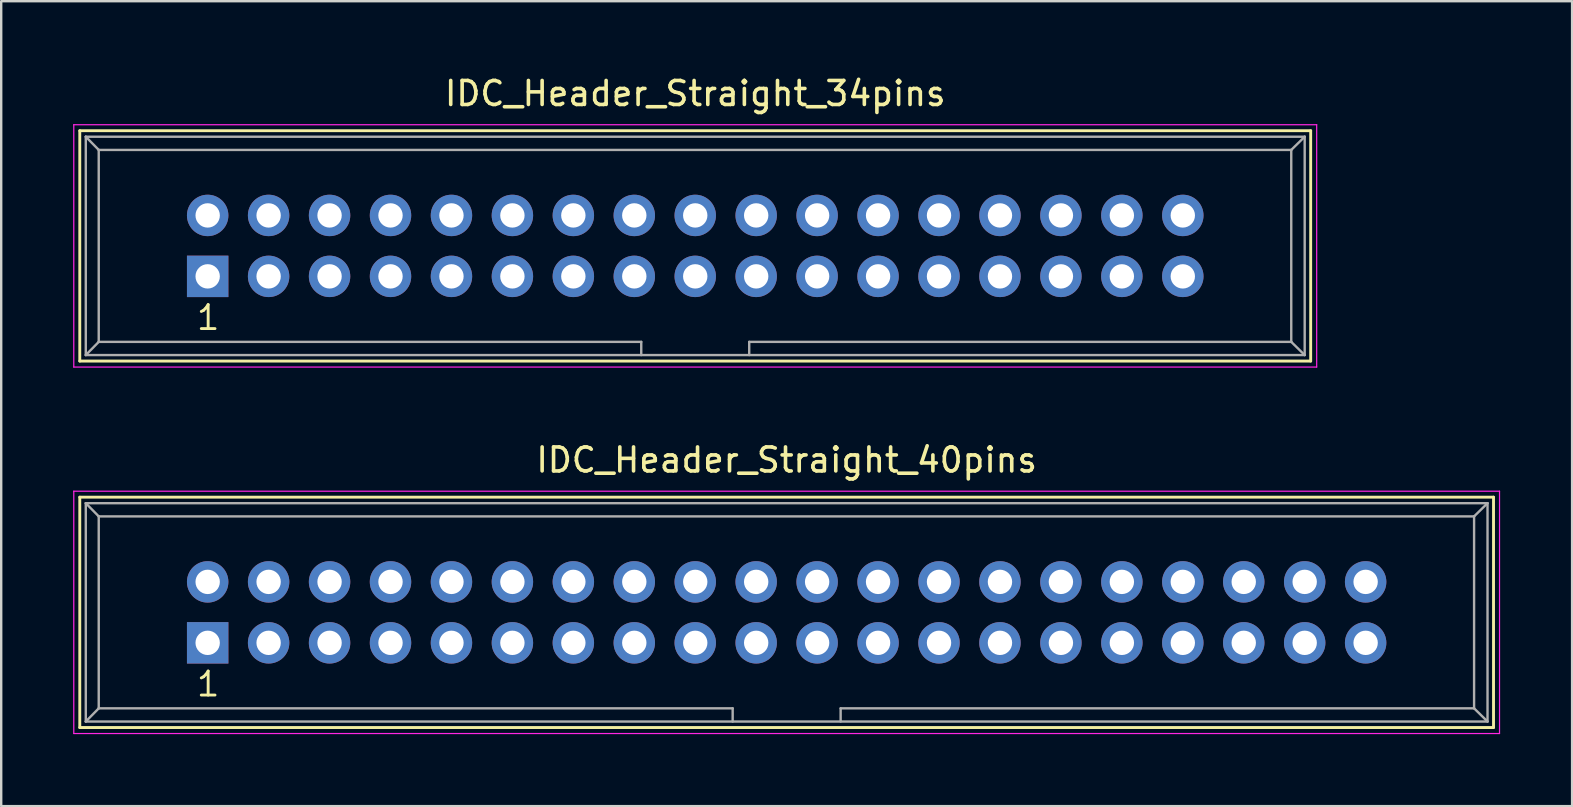
<source format=kicad_pcb>
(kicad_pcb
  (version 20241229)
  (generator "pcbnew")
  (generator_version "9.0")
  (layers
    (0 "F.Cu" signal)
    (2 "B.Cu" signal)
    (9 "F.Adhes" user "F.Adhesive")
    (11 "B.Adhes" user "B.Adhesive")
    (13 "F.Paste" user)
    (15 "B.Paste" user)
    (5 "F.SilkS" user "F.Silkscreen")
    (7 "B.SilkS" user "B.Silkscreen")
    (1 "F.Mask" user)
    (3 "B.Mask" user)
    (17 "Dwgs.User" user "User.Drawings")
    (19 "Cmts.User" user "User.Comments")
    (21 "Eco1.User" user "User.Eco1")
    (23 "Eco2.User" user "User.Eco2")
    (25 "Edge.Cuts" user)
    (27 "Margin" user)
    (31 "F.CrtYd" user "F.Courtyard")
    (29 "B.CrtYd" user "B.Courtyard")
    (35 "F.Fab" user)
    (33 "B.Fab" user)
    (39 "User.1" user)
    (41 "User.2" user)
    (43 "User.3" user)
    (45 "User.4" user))
  (footprint "IDC_Header_Straight_34pins"
    (layer "F.Cu")
    (at 5.605 8.468)
    (property "Reference" "IDC_Header_Straight_34pins" (at 20.32 -7.62 0) (layer "F.SilkS") (effects (font (size 1 1) (thickness 0.15))))
    (attr through_hole)
    (fp_line (start -5.33 -6.07) (end 45.97 -6.07) (stroke (width 0.12) (type solid)) (layer "F.SilkS"))
    (fp_line (start -5.33 3.53) (end -5.33 -6.07) (stroke (width 0.12) (type solid)) (layer "F.SilkS"))
    (fp_line (start 45.97 -6.07) (end 45.97 3.53) (stroke (width 0.12) (type solid)) (layer "F.SilkS"))
    (fp_line (start 45.97 3.53) (end -5.33 3.53) (stroke (width 0.12) (type solid)) (layer "F.SilkS"))
    (fp_line (start -5.58 -6.32) (end 46.22 -6.32) (stroke (width 0.05) (type solid)) (layer "F.CrtYd"))
    (fp_line (start -5.58 3.78) (end -5.58 -6.32) (stroke (width 0.05) (type solid)) (layer "F.CrtYd"))
    (fp_line (start 46.22 -6.32) (end 46.22 3.78) (stroke (width 0.05) (type solid)) (layer "F.CrtYd"))
    (fp_line (start 46.22 3.78) (end -5.58 3.78) (stroke (width 0.05) (type solid)) (layer "F.CrtYd"))
    (fp_line (start -5.08 -5.82) (end -5.08 3.28) (stroke (width 0.1) (type solid)) (layer "F.Fab"))
    (fp_line (start -5.08 -5.82) (end -4.54 -5.27) (stroke (width 0.1) (type solid)) (layer "F.Fab"))
    (fp_line (start -5.08 -5.82) (end 45.72 -5.82) (stroke (width 0.1) (type solid)) (layer "F.Fab"))
    (fp_line (start -5.08 3.28) (end -4.54 2.73) (stroke (width 0.1) (type solid)) (layer "F.Fab"))
    (fp_line (start -5.08 3.28) (end 45.72 3.28) (stroke (width 0.1) (type solid)) (layer "F.Fab"))
    (fp_line (start -4.54 -5.27) (end -4.54 2.73) (stroke (width 0.1) (type solid)) (layer "F.Fab"))
    (fp_line (start -4.54 -5.27) (end 45.16 -5.27) (stroke (width 0.1) (type solid)) (layer "F.Fab"))
    (fp_line (start -4.54 2.73) (end 18.07 2.73) (stroke (width 0.1) (type solid)) (layer "F.Fab"))
    (fp_line (start 18.07 2.73) (end 18.07 3.28) (stroke (width 0.1) (type solid)) (layer "F.Fab"))
    (fp_line (start 22.57 2.73) (end 22.57 3.28) (stroke (width 0.1) (type solid)) (layer "F.Fab"))
    (fp_line (start 22.57 2.73) (end 45.16 2.73) (stroke (width 0.1) (type solid)) (layer "F.Fab"))
    (fp_line (start 45.16 -5.27) (end 45.16 2.73) (stroke (width 0.1) (type solid)) (layer "F.Fab"))
    (fp_line (start 45.72 -5.82) (end 45.16 -5.27) (stroke (width 0.1) (type solid)) (layer "F.Fab"))
    (fp_line (start 45.72 -5.82) (end 45.72 3.28) (stroke (width 0.1) (type solid)) (layer "F.Fab"))
    (fp_line (start 45.72 3.28) (end 45.16 2.73) (stroke (width 0.1) (type solid)) (layer "F.Fab"))
    (fp_text user "1" (at 0.02 1.72 0) (layer "F.SilkS") (effects (font (size 1 1) (thickness 0.12))))
    (pad "1" thru_hole rect (at 0 0) (size 1.727 1.727) (drill 1.016) (layers "*.Cu" "*.Mask"))
    (pad "2" thru_hole oval (at 0 -2.54) (size 1.727 1.727) (drill 1.016) (layers "*.Cu" "*.Mask"))
    (pad "3" thru_hole oval (at 2.54 0) (size 1.727 1.727) (drill 1.016) (layers "*.Cu" "*.Mask"))
    (pad "4" thru_hole oval (at 2.54 -2.54) (size 1.727 1.727) (drill 1.016) (layers "*.Cu" "*.Mask"))
    (pad "5" thru_hole oval (at 5.08 0) (size 1.727 1.727) (drill 1.016) (layers "*.Cu" "*.Mask"))
    (pad "6" thru_hole oval (at 5.08 -2.54) (size 1.727 1.727) (drill 1.016) (layers "*.Cu" "*.Mask"))
    (pad "7" thru_hole oval (at 7.62 0) (size 1.727 1.727) (drill 1.016) (layers "*.Cu" "*.Mask"))
    (pad "8" thru_hole oval (at 7.62 -2.54) (size 1.727 1.727) (drill 1.016) (layers "*.Cu" "*.Mask"))
    (pad "9" thru_hole oval (at 10.16 0) (size 1.727 1.727) (drill 1.016) (layers "*.Cu" "*.Mask"))
    (pad "10" thru_hole oval (at 10.16 -2.54) (size 1.727 1.727) (drill 1.016) (layers "*.Cu" "*.Mask"))
    (pad "11" thru_hole oval (at 12.7 0) (size 1.727 1.727) (drill 1.016) (layers "*.Cu" "*.Mask"))
    (pad "12" thru_hole oval (at 12.7 -2.54) (size 1.727 1.727) (drill 1.016) (layers "*.Cu" "*.Mask"))
    (pad "13" thru_hole oval (at 15.24 0) (size 1.727 1.727) (drill 1.016) (layers "*.Cu" "*.Mask"))
    (pad "14" thru_hole oval (at 15.24 -2.54) (size 1.727 1.727) (drill 1.016) (layers "*.Cu" "*.Mask"))
    (pad "15" thru_hole oval (at 17.78 0) (size 1.727 1.727) (drill 1.016) (layers "*.Cu" "*.Mask"))
    (pad "16" thru_hole oval (at 17.78 -2.54) (size 1.727 1.727) (drill 1.016) (layers "*.Cu" "*.Mask"))
    (pad "17" thru_hole oval (at 20.32 0) (size 1.727 1.727) (drill 1.016) (layers "*.Cu" "*.Mask"))
    (pad "18" thru_hole oval (at 20.32 -2.54) (size 1.727 1.727) (drill 1.016) (layers "*.Cu" "*.Mask"))
    (pad "19" thru_hole oval (at 22.86 0) (size 1.727 1.727) (drill 1.016) (layers "*.Cu" "*.Mask"))
    (pad "20" thru_hole oval (at 22.86 -2.54) (size 1.727 1.727) (drill 1.016) (layers "*.Cu" "*.Mask"))
    (pad "21" thru_hole oval (at 25.4 0) (size 1.727 1.727) (drill 1.016) (layers "*.Cu" "*.Mask"))
    (pad "22" thru_hole oval (at 25.4 -2.54) (size 1.727 1.727) (drill 1.016) (layers "*.Cu" "*.Mask"))
    (pad "23" thru_hole oval (at 27.94 0) (size 1.727 1.727) (drill 1.016) (layers "*.Cu" "*.Mask"))
    (pad "24" thru_hole oval (at 27.94 -2.54) (size 1.727 1.727) (drill 1.016) (layers "*.Cu" "*.Mask"))
    (pad "25" thru_hole oval (at 30.48 0) (size 1.727 1.727) (drill 1.016) (layers "*.Cu" "*.Mask"))
    (pad "26" thru_hole oval (at 30.48 -2.54) (size 1.727 1.727) (drill 1.016) (layers "*.Cu" "*.Mask"))
    (pad "27" thru_hole oval (at 33.02 0) (size 1.727 1.727) (drill 1.016) (layers "*.Cu" "*.Mask"))
    (pad "28" thru_hole oval (at 33.02 -2.54) (size 1.727 1.727) (drill 1.016) (layers "*.Cu" "*.Mask"))
    (pad "29" thru_hole oval (at 35.56 0) (size 1.727 1.727) (drill 1.016) (layers "*.Cu" "*.Mask"))
    (pad "30" thru_hole oval (at 35.56 -2.54) (size 1.727 1.727) (drill 1.016) (layers "*.Cu" "*.Mask"))
    (pad "31" thru_hole oval (at 38.1 0) (size 1.727 1.727) (drill 1.016) (layers "*.Cu" "*.Mask"))
    (pad "32" thru_hole oval (at 38.1 -2.54) (size 1.727 1.727) (drill 1.016) (layers "*.Cu" "*.Mask"))
    (pad "33" thru_hole oval (at 40.64 0) (size 1.727 1.727) (drill 1.016) (layers "*.Cu" "*.Mask"))
    (pad "34" thru_hole oval (at 40.64 -2.54) (size 1.727 1.727) (drill 1.016) (layers "*.Cu" "*.Mask")))
  (footprint "IDC_Header_Straight_40pins"
    (layer "F.Cu")
    (at 5.605 23.741)
    (property "Reference" "IDC_Header_Straight_40pins" (at 24.13 -7.62 0) (layer "F.SilkS") (effects (font (size 1 1) (thickness 0.15))))
    (attr through_hole)
    (fp_line (start -5.33 -6.07) (end 53.59 -6.07) (stroke (width 0.12) (type solid)) (layer "F.SilkS"))
    (fp_line (start -5.33 3.53) (end -5.33 -6.07) (stroke (width 0.12) (type solid)) (layer "F.SilkS"))
    (fp_line (start 53.59 -6.07) (end 53.59 3.53) (stroke (width 0.12) (type solid)) (layer "F.SilkS"))
    (fp_line (start 53.59 3.53) (end -5.33 3.53) (stroke (width 0.12) (type solid)) (layer "F.SilkS"))
    (fp_line (start -5.58 -6.32) (end 53.84 -6.32) (stroke (width 0.05) (type solid)) (layer "F.CrtYd"))
    (fp_line (start -5.58 3.78) (end -5.58 -6.32) (stroke (width 0.05) (type solid)) (layer "F.CrtYd"))
    (fp_line (start 53.84 -6.32) (end 53.84 3.78) (stroke (width 0.05) (type solid)) (layer "F.CrtYd"))
    (fp_line (start 53.84 3.78) (end -5.58 3.78) (stroke (width 0.05) (type solid)) (layer "F.CrtYd"))
    (fp_line (start -5.08 -5.82) (end -5.08 3.28) (stroke (width 0.1) (type solid)) (layer "F.Fab"))
    (fp_line (start -5.08 -5.82) (end -4.54 -5.27) (stroke (width 0.1) (type solid)) (layer "F.Fab"))
    (fp_line (start -5.08 -5.82) (end 53.34 -5.82) (stroke (width 0.1) (type solid)) (layer "F.Fab"))
    (fp_line (start -5.08 3.28) (end -4.54 2.73) (stroke (width 0.1) (type solid)) (layer "F.Fab"))
    (fp_line (start -5.08 3.28) (end 53.34 3.28) (stroke (width 0.1) (type solid)) (layer "F.Fab"))
    (fp_line (start -4.54 -5.27) (end -4.54 2.73) (stroke (width 0.1) (type solid)) (layer "F.Fab"))
    (fp_line (start -4.54 -5.27) (end 52.78 -5.27) (stroke (width 0.1) (type solid)) (layer "F.Fab"))
    (fp_line (start -4.54 2.73) (end 21.88 2.73) (stroke (width 0.1) (type solid)) (layer "F.Fab"))
    (fp_line (start 21.88 2.73) (end 21.88 3.28) (stroke (width 0.1) (type solid)) (layer "F.Fab"))
    (fp_line (start 26.38 2.73) (end 26.38 3.28) (stroke (width 0.1) (type solid)) (layer "F.Fab"))
    (fp_line (start 26.38 2.73) (end 52.78 2.73) (stroke (width 0.1) (type solid)) (layer "F.Fab"))
    (fp_line (start 52.78 -5.27) (end 52.78 2.73) (stroke (width 0.1) (type solid)) (layer "F.Fab"))
    (fp_line (start 53.34 -5.82) (end 52.78 -5.27) (stroke (width 0.1) (type solid)) (layer "F.Fab"))
    (fp_line (start 53.34 -5.82) (end 53.34 3.28) (stroke (width 0.1) (type solid)) (layer "F.Fab"))
    (fp_line (start 53.34 3.28) (end 52.78 2.73) (stroke (width 0.1) (type solid)) (layer "F.Fab"))
    (fp_text user "1" (at 0.02 1.72 0) (layer "F.SilkS") (effects (font (size 1 1) (thickness 0.12))))
    (pad "1" thru_hole rect (at 0 0) (size 1.727 1.727) (drill 1.016) (layers "*.Cu" "*.Mask"))
    (pad "2" thru_hole oval (at 0 -2.54) (size 1.727 1.727) (drill 1.016) (layers "*.Cu" "*.Mask"))
    (pad "3" thru_hole oval (at 2.54 0) (size 1.727 1.727) (drill 1.016) (layers "*.Cu" "*.Mask"))
    (pad "4" thru_hole oval (at 2.54 -2.54) (size 1.727 1.727) (drill 1.016) (layers "*.Cu" "*.Mask"))
    (pad "5" thru_hole oval (at 5.08 0) (size 1.727 1.727) (drill 1.016) (layers "*.Cu" "*.Mask"))
    (pad "6" thru_hole oval (at 5.08 -2.54) (size 1.727 1.727) (drill 1.016) (layers "*.Cu" "*.Mask"))
    (pad "7" thru_hole oval (at 7.62 0) (size 1.727 1.727) (drill 1.016) (layers "*.Cu" "*.Mask"))
    (pad "8" thru_hole oval (at 7.62 -2.54) (size 1.727 1.727) (drill 1.016) (layers "*.Cu" "*.Mask"))
    (pad "9" thru_hole oval (at 10.16 0) (size 1.727 1.727) (drill 1.016) (layers "*.Cu" "*.Mask"))
    (pad "10" thru_hole oval (at 10.16 -2.54) (size 1.727 1.727) (drill 1.016) (layers "*.Cu" "*.Mask"))
    (pad "11" thru_hole oval (at 12.7 0) (size 1.727 1.727) (drill 1.016) (layers "*.Cu" "*.Mask"))
    (pad "12" thru_hole oval (at 12.7 -2.54) (size 1.727 1.727) (drill 1.016) (layers "*.Cu" "*.Mask"))
    (pad "13" thru_hole oval (at 15.24 0) (size 1.727 1.727) (drill 1.016) (layers "*.Cu" "*.Mask"))
    (pad "14" thru_hole oval (at 15.24 -2.54) (size 1.727 1.727) (drill 1.016) (layers "*.Cu" "*.Mask"))
    (pad "15" thru_hole oval (at 17.78 0) (size 1.727 1.727) (drill 1.016) (layers "*.Cu" "*.Mask"))
    (pad "16" thru_hole oval (at 17.78 -2.54) (size 1.727 1.727) (drill 1.016) (layers "*.Cu" "*.Mask"))
    (pad "17" thru_hole oval (at 20.32 0) (size 1.727 1.727) (drill 1.016) (layers "*.Cu" "*.Mask"))
    (pad "18" thru_hole oval (at 20.32 -2.54) (size 1.727 1.727) (drill 1.016) (layers "*.Cu" "*.Mask"))
    (pad "19" thru_hole oval (at 22.86 0) (size 1.727 1.727) (drill 1.016) (layers "*.Cu" "*.Mask"))
    (pad "20" thru_hole oval (at 22.86 -2.54) (size 1.727 1.727) (drill 1.016) (layers "*.Cu" "*.Mask"))
    (pad "21" thru_hole oval (at 25.4 0) (size 1.727 1.727) (drill 1.016) (layers "*.Cu" "*.Mask"))
    (pad "22" thru_hole oval (at 25.4 -2.54) (size 1.727 1.727) (drill 1.016) (layers "*.Cu" "*.Mask"))
    (pad "23" thru_hole oval (at 27.94 0) (size 1.727 1.727) (drill 1.016) (layers "*.Cu" "*.Mask"))
    (pad "24" thru_hole oval (at 27.94 -2.54) (size 1.727 1.727) (drill 1.016) (layers "*.Cu" "*.Mask"))
    (pad "25" thru_hole oval (at 30.48 0) (size 1.727 1.727) (drill 1.016) (layers "*.Cu" "*.Mask"))
    (pad "26" thru_hole oval (at 30.48 -2.54) (size 1.727 1.727) (drill 1.016) (layers "*.Cu" "*.Mask"))
    (pad "27" thru_hole oval (at 33.02 0) (size 1.727 1.727) (drill 1.016) (layers "*.Cu" "*.Mask"))
    (pad "28" thru_hole oval (at 33.02 -2.54) (size 1.727 1.727) (drill 1.016) (layers "*.Cu" "*.Mask"))
    (pad "29" thru_hole oval (at 35.56 0) (size 1.727 1.727) (drill 1.016) (layers "*.Cu" "*.Mask"))
    (pad "30" thru_hole oval (at 35.56 -2.54) (size 1.727 1.727) (drill 1.016) (layers "*.Cu" "*.Mask"))
    (pad "31" thru_hole oval (at 38.1 0) (size 1.727 1.727) (drill 1.016) (layers "*.Cu" "*.Mask"))
    (pad "32" thru_hole oval (at 38.1 -2.54) (size 1.727 1.727) (drill 1.016) (layers "*.Cu" "*.Mask"))
    (pad "33" thru_hole oval (at 40.64 0) (size 1.727 1.727) (drill 1.016) (layers "*.Cu" "*.Mask"))
    (pad "34" thru_hole oval (at 40.64 -2.54) (size 1.727 1.727) (drill 1.016) (layers "*.Cu" "*.Mask"))
    (pad "35" thru_hole oval (at 43.18 0) (size 1.727 1.727) (drill 1.016) (layers "*.Cu" "*.Mask"))
    (pad "36" thru_hole oval (at 43.18 -2.54) (size 1.727 1.727) (drill 1.016) (layers "*.Cu" "*.Mask"))
    (pad "37" thru_hole oval (at 45.72 0) (size 1.727 1.727) (drill 1.016) (layers "*.Cu" "*.Mask"))
    (pad "38" thru_hole oval (at 45.72 -2.54) (size 1.727 1.727) (drill 1.016) (layers "*.Cu" "*.Mask"))
    (pad "39" thru_hole oval (at 48.26 0) (size 1.727 1.727) (drill 1.016) (layers "*.Cu" "*.Mask"))
    (pad "40" thru_hole oval (at 48.26 -2.54) (size 1.727 1.727) (drill 1.016) (layers "*.Cu" "*.Mask")))
  (gr_rect
    (start -3 -3)
    (end 62.47 30.547)
    (stroke (width 0.1) (type default))
    (fill no)
    (layer "Edge.Cuts")))
</source>
